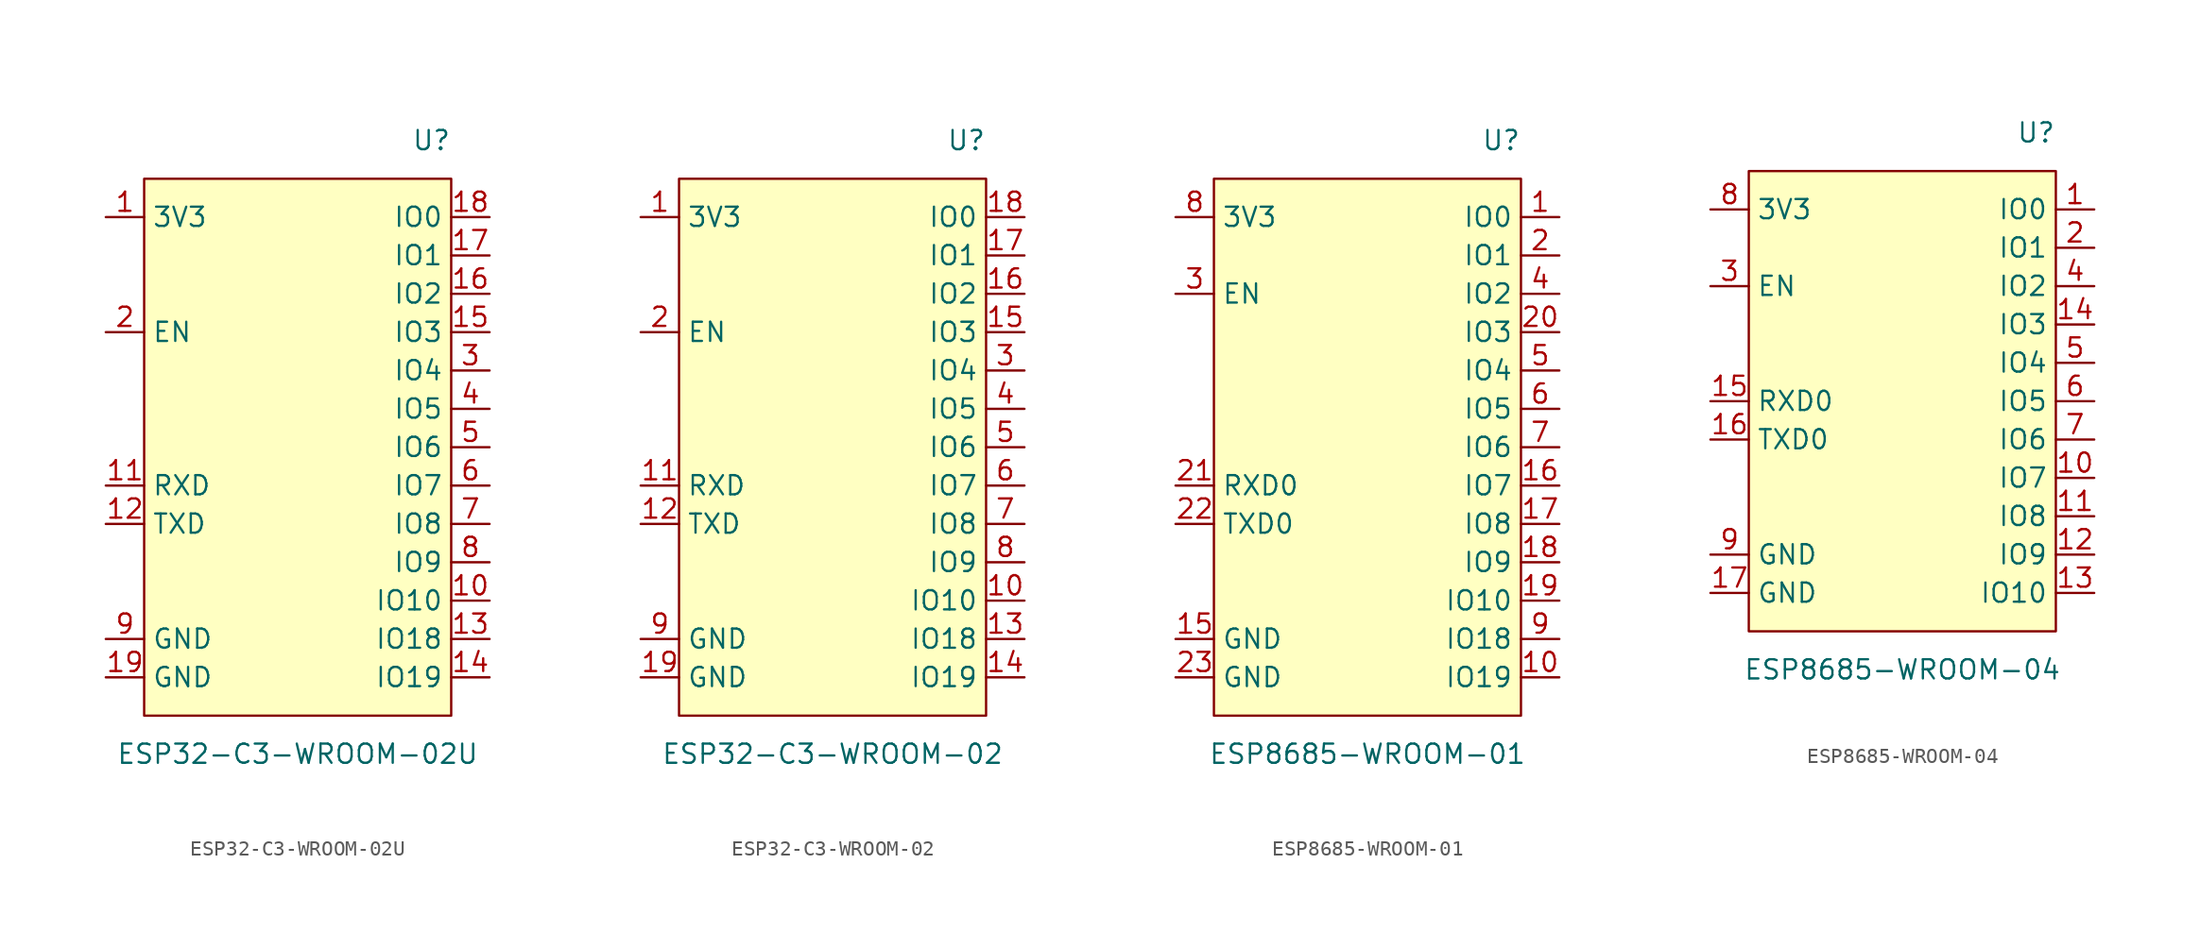
<source format=kicad_sym>
(kicad_symbol_lib
  (version 20231120)
  (generator "kicad_symbol_editor")
  (generator_version "8.0")
  (symbol "ESP32-C3-WROOM-02U"
    (property "Reference" "U"
      (at 10.16 20.32 0)
      (effects (font (size 1.27 1.27)) (justify right)))
    (property "Value" "ESP32-C3-WROOM-02U"
      (at 0 -20.32 0)
      (effects (font (size 1.27 1.27))))
    (symbol "ESP32-C3-WROOM-02U_0_0"
      (pin power_in line (at -12.7 15.24 0) (length 2.54) (name "3V3" (effects (font (size 1.27 1.27)))) (number "1" (effects (font (size 1.27 1.27)))))
      (pin bidirectional line (at 12.7 -10.16 180) (length 2.54) (name "IO10" (effects (font (size 1.27 1.27)))) (number "10" (effects (font (size 1.27 1.27)))))
      (pin bidirectional line (at -12.7 -2.54 0) (length 2.54) (name "RXD" (effects (font (size 1.27 1.27)))) (number "11" (effects (font (size 1.27 1.27)))))
      (pin bidirectional line (at -12.7 -5.08 0) (length 2.54) (name "TXD" (effects (font (size 1.27 1.27)))) (number "12" (effects (font (size 1.27 1.27)))))
      (pin bidirectional line (at 12.7 -12.7 180) (length 2.54) (name "IO18" (effects (font (size 1.27 1.27)))) (number "13" (effects (font (size 1.27 1.27)))))
      (pin bidirectional line (at 12.7 -15.24 180) (length 2.54) (name "IO19" (effects (font (size 1.27 1.27)))) (number "14" (effects (font (size 1.27 1.27)))))
      (pin bidirectional line (at 12.7 7.62 180) (length 2.54) (name "IO3" (effects (font (size 1.27 1.27)))) (number "15" (effects (font (size 1.27 1.27)))))
      (pin bidirectional line (at 12.7 10.16 180) (length 2.54) (name "IO2" (effects (font (size 1.27 1.27)))) (number "16" (effects (font (size 1.27 1.27)))))
      (pin bidirectional line (at 12.7 12.7 180) (length 2.54) (name "IO1" (effects (font (size 1.27 1.27)))) (number "17" (effects (font (size 1.27 1.27)))))
      (pin bidirectional line (at 12.7 15.24 180) (length 2.54) (name "IO0" (effects (font (size 1.27 1.27)))) (number "18" (effects (font (size 1.27 1.27)))))
      (pin power_in line (at -12.7 -15.24 0) (length 2.54) (name "GND" (effects (font (size 1.27 1.27)))) (number "19" (effects (font (size 1.27 1.27)))))
      (pin input line (at -12.7 7.62 0) (length 2.54) (name "EN" (effects (font (size 1.27 1.27)))) (number "2" (effects (font (size 1.27 1.27)))))
      (pin bidirectional line (at 12.7 5.08 180) (length 2.54) (name "IO4" (effects (font (size 1.27 1.27)))) (number "3" (effects (font (size 1.27 1.27)))))
      (pin bidirectional line (at 12.7 2.54 180) (length 2.54) (name "IO5" (effects (font (size 1.27 1.27)))) (number "4" (effects (font (size 1.27 1.27)))))
      (pin bidirectional line (at 12.7 0 180) (length 2.54) (name "IO6" (effects (font (size 1.27 1.27)))) (number "5" (effects (font (size 1.27 1.27)))))
      (pin bidirectional line (at 12.7 -2.54 180) (length 2.54) (name "IO7" (effects (font (size 1.27 1.27)))) (number "6" (effects (font (size 1.27 1.27)))))
      (pin bidirectional line (at 12.7 -5.08 180) (length 2.54) (name "IO8" (effects (font (size 1.27 1.27)))) (number "7" (effects (font (size 1.27 1.27)))))
      (pin bidirectional line (at 12.7 -7.62 180) (length 2.54) (name "IO9" (effects (font (size 1.27 1.27)))) (number "8" (effects (font (size 1.27 1.27)))))
      (pin power_in line (at -12.7 -12.7 0) (length 2.54) (name "GND" (effects (font (size 1.27 1.27)))) (number "9" (effects (font (size 1.27 1.27))))))
    (symbol "ESP32-C3-WROOM-02U_1_1"
      (rectangle (start -10.16 17.78) (end 10.16 -17.78) (stroke (width 0) (type default)) (fill (type background)))))
  (symbol "ESP32-C3-WROOM-02"
    (property "Reference" "U"
      (at 10.16 20.32 0)
      (effects (font (size 1.27 1.27)) (justify right)))
    (property "Value" "ESP32-C3-WROOM-02"
      (at 0 -20.32 0)
      (effects (font (size 1.27 1.27))))
    (symbol "ESP32-C3-WROOM-02_0_0"
      (pin power_in line (at -12.7 15.24 0) (length 2.54) (name "3V3" (effects (font (size 1.27 1.27)))) (number "1" (effects (font (size 1.27 1.27)))))
      (pin bidirectional line (at 12.7 -10.16 180) (length 2.54) (name "IO10" (effects (font (size 1.27 1.27)))) (number "10" (effects (font (size 1.27 1.27)))))
      (pin bidirectional line (at -12.7 -2.54 0) (length 2.54) (name "RXD" (effects (font (size 1.27 1.27)))) (number "11" (effects (font (size 1.27 1.27)))))
      (pin bidirectional line (at -12.7 -5.08 0) (length 2.54) (name "TXD" (effects (font (size 1.27 1.27)))) (number "12" (effects (font (size 1.27 1.27)))))
      (pin bidirectional line (at 12.7 -12.7 180) (length 2.54) (name "IO18" (effects (font (size 1.27 1.27)))) (number "13" (effects (font (size 1.27 1.27)))))
      (pin bidirectional line (at 12.7 -15.24 180) (length 2.54) (name "IO19" (effects (font (size 1.27 1.27)))) (number "14" (effects (font (size 1.27 1.27)))))
      (pin bidirectional line (at 12.7 7.62 180) (length 2.54) (name "IO3" (effects (font (size 1.27 1.27)))) (number "15" (effects (font (size 1.27 1.27)))))
      (pin bidirectional line (at 12.7 10.16 180) (length 2.54) (name "IO2" (effects (font (size 1.27 1.27)))) (number "16" (effects (font (size 1.27 1.27)))))
      (pin bidirectional line (at 12.7 12.7 180) (length 2.54) (name "IO1" (effects (font (size 1.27 1.27)))) (number "17" (effects (font (size 1.27 1.27)))))
      (pin bidirectional line (at 12.7 15.24 180) (length 2.54) (name "IO0" (effects (font (size 1.27 1.27)))) (number "18" (effects (font (size 1.27 1.27)))))
      (pin power_in line (at -12.7 -15.24 0) (length 2.54) (name "GND" (effects (font (size 1.27 1.27)))) (number "19" (effects (font (size 1.27 1.27)))))
      (pin input line (at -12.7 7.62 0) (length 2.54) (name "EN" (effects (font (size 1.27 1.27)))) (number "2" (effects (font (size 1.27 1.27)))))
      (pin bidirectional line (at 12.7 5.08 180) (length 2.54) (name "IO4" (effects (font (size 1.27 1.27)))) (number "3" (effects (font (size 1.27 1.27)))))
      (pin bidirectional line (at 12.7 2.54 180) (length 2.54) (name "IO5" (effects (font (size 1.27 1.27)))) (number "4" (effects (font (size 1.27 1.27)))))
      (pin bidirectional line (at 12.7 0 180) (length 2.54) (name "IO6" (effects (font (size 1.27 1.27)))) (number "5" (effects (font (size 1.27 1.27)))))
      (pin bidirectional line (at 12.7 -2.54 180) (length 2.54) (name "IO7" (effects (font (size 1.27 1.27)))) (number "6" (effects (font (size 1.27 1.27)))))
      (pin bidirectional line (at 12.7 -5.08 180) (length 2.54) (name "IO8" (effects (font (size 1.27 1.27)))) (number "7" (effects (font (size 1.27 1.27)))))
      (pin bidirectional line (at 12.7 -7.62 180) (length 2.54) (name "IO9" (effects (font (size 1.27 1.27)))) (number "8" (effects (font (size 1.27 1.27)))))
      (pin power_in line (at -12.7 -12.7 0) (length 2.54) (name "GND" (effects (font (size 1.27 1.27)))) (number "9" (effects (font (size 1.27 1.27))))))
    (symbol "ESP32-C3-WROOM-02_1_1"
      (rectangle (start -10.16 17.78) (end 10.16 -17.78) (stroke (width 0) (type default)) (fill (type background)))))
  (symbol "ESP8685-WROOM-01"
    (property "Reference" "U"
      (at 10.16 20.32 0)
      (effects (font (size 1.27 1.27)) (justify right)))
    (property "Value" "ESP8685-WROOM-01"
      (at 0 -20.32 0)
      (effects (font (size 1.27 1.27))))
    (symbol "ESP8685-WROOM-01_0_0"
      (pin bidirectional line (at 12.7 15.24 180) (length 2.54) (name "IO0" (effects (font (size 1.27 1.27)))) (number "1" (effects (font (size 1.27 1.27)))))
      (pin bidirectional line (at 12.7 -15.24 180) (length 2.54) (name "IO19" (effects (font (size 1.27 1.27)))) (number "10" (effects (font (size 1.27 1.27)))))
      (pin power_in line (at -12.7 -12.7 0) (length 2.54) (name "GND" (effects (font (size 1.27 1.27)))) (number "15" (effects (font (size 1.27 1.27)))))
      (pin bidirectional line (at 12.7 -2.54 180) (length 2.54) (name "IO7" (effects (font (size 1.27 1.27)))) (number "16" (effects (font (size 1.27 1.27)))))
      (pin bidirectional line (at 12.7 -5.08 180) (length 2.54) (name "IO8" (effects (font (size 1.27 1.27)))) (number "17" (effects (font (size 1.27 1.27)))))
      (pin bidirectional line (at 12.7 -7.62 180) (length 2.54) (name "IO9" (effects (font (size 1.27 1.27)))) (number "18" (effects (font (size 1.27 1.27)))))
      (pin bidirectional line (at 12.7 -10.16 180) (length 2.54) (name "IO10" (effects (font (size 1.27 1.27)))) (number "19" (effects (font (size 1.27 1.27)))))
      (pin bidirectional line (at 12.7 12.7 180) (length 2.54) (name "IO1" (effects (font (size 1.27 1.27)))) (number "2" (effects (font (size 1.27 1.27)))))
      (pin bidirectional line (at 12.7 7.62 180) (length 2.54) (name "IO3" (effects (font (size 1.27 1.27)))) (number "20" (effects (font (size 1.27 1.27)))))
      (pin bidirectional line (at -12.7 -2.54 0) (length 2.54) (name "RXD0" (effects (font (size 1.27 1.27)))) (number "21" (effects (font (size 1.27 1.27)))))
      (pin bidirectional line (at -12.7 -5.08 0) (length 2.54) (name "TXD0" (effects (font (size 1.27 1.27)))) (number "22" (effects (font (size 1.27 1.27)))))
      (pin power_in line (at -12.7 -15.24 0) (length 2.54) (name "GND" (effects (font (size 1.27 1.27)))) (number "23" (effects (font (size 1.27 1.27)))))
      (pin input line (at -12.7 10.16 0) (length 2.54) (name "EN" (effects (font (size 1.27 1.27)))) (number "3" (effects (font (size 1.27 1.27)))))
      (pin bidirectional line (at 12.7 10.16 180) (length 2.54) (name "IO2" (effects (font (size 1.27 1.27)))) (number "4" (effects (font (size 1.27 1.27)))))
      (pin bidirectional line (at 12.7 5.08 180) (length 2.54) (name "IO4" (effects (font (size 1.27 1.27)))) (number "5" (effects (font (size 1.27 1.27)))))
      (pin bidirectional line (at 12.7 2.54 180) (length 2.54) (name "IO5" (effects (font (size 1.27 1.27)))) (number "6" (effects (font (size 1.27 1.27)))))
      (pin bidirectional line (at 12.7 0 180) (length 2.54) (name "IO6" (effects (font (size 1.27 1.27)))) (number "7" (effects (font (size 1.27 1.27)))))
      (pin power_in line (at -12.7 15.24 0) (length 2.54) (name "3V3" (effects (font (size 1.27 1.27)))) (number "8" (effects (font (size 1.27 1.27)))))
      (pin bidirectional line (at 12.7 -12.7 180) (length 2.54) (name "IO18" (effects (font (size 1.27 1.27)))) (number "9" (effects (font (size 1.27 1.27))))))
    (symbol "ESP8685-WROOM-01_1_0"
      (pin no_connect line (at 0 0 0) (length 2.54) hide (name "NC" (effects (font (size 1.27 1.27)))) (number "11" (effects (font (size 1.27 1.27)))))
      (pin no_connect line (at 0 0 0) (length 2.54) hide (name "NC" (effects (font (size 1.27 1.27)))) (number "12" (effects (font (size 1.27 1.27)))))
      (pin no_connect line (at 0 0 0) (length 2.54) hide (name "NC" (effects (font (size 1.27 1.27)))) (number "13" (effects (font (size 1.27 1.27)))))
      (pin no_connect line (at 0 0 0) (length 2.54) hide (name "NC" (effects (font (size 1.27 1.27)))) (number "14" (effects (font (size 1.27 1.27))))))
    (symbol "ESP8685-WROOM-01_1_1"
      (rectangle (start -10.16 17.78) (end 10.16 -17.78) (stroke (width 0) (type default)) (fill (type background)))))
  (symbol "ESP8685-WROOM-04"
    (property "Reference" "U"
      (at 10.16 17.78 0)
      (effects (font (size 1.27 1.27)) (justify right)))
    (property "Value" "ESP8685-WROOM-04"
      (at 0 -17.78 0)
      (effects (font (size 1.27 1.27))))
    (symbol "ESP8685-WROOM-04_0_0"
      (pin bidirectional line (at 12.7 12.7 180) (length 2.54) (name "IO0" (effects (font (size 1.27 1.27)))) (number "1" (effects (font (size 1.27 1.27)))))
      (pin bidirectional line (at 12.7 -5.08 180) (length 2.54) (name "IO7" (effects (font (size 1.27 1.27)))) (number "10" (effects (font (size 1.27 1.27)))))
      (pin bidirectional line (at 12.7 -7.62 180) (length 2.54) (name "IO8" (effects (font (size 1.27 1.27)))) (number "11" (effects (font (size 1.27 1.27)))))
      (pin bidirectional line (at 12.7 -10.16 180) (length 2.54) (name "IO9" (effects (font (size 1.27 1.27)))) (number "12" (effects (font (size 1.27 1.27)))))
      (pin bidirectional line (at 12.7 -12.7 180) (length 2.54) (name "IO10" (effects (font (size 1.27 1.27)))) (number "13" (effects (font (size 1.27 1.27)))))
      (pin bidirectional line (at 12.7 5.08 180) (length 2.54) (name "IO3" (effects (font (size 1.27 1.27)))) (number "14" (effects (font (size 1.27 1.27)))))
      (pin bidirectional line (at -12.7 0 0) (length 2.54) (name "RXD0" (effects (font (size 1.27 1.27)))) (number "15" (effects (font (size 1.27 1.27)))))
      (pin bidirectional line (at -12.7 -2.54 0) (length 2.54) (name "TXD0" (effects (font (size 1.27 1.27)))) (number "16" (effects (font (size 1.27 1.27)))))
      (pin power_in line (at -12.7 -12.7 0) (length 2.54) (name "GND" (effects (font (size 1.27 1.27)))) (number "17" (effects (font (size 1.27 1.27)))))
      (pin bidirectional line (at 12.7 10.16 180) (length 2.54) (name "IO1" (effects (font (size 1.27 1.27)))) (number "2" (effects (font (size 1.27 1.27)))))
      (pin input line (at -12.7 7.62 0) (length 2.54) (name "EN" (effects (font (size 1.27 1.27)))) (number "3" (effects (font (size 1.27 1.27)))))
      (pin bidirectional line (at 12.7 7.62 180) (length 2.54) (name "IO2" (effects (font (size 1.27 1.27)))) (number "4" (effects (font (size 1.27 1.27)))))
      (pin bidirectional line (at 12.7 2.54 180) (length 2.54) (name "IO4" (effects (font (size 1.27 1.27)))) (number "5" (effects (font (size 1.27 1.27)))))
      (pin bidirectional line (at 12.7 0 180) (length 2.54) (name "IO5" (effects (font (size 1.27 1.27)))) (number "6" (effects (font (size 1.27 1.27)))))
      (pin bidirectional line (at 12.7 -2.54 180) (length 2.54) (name "IO6" (effects (font (size 1.27 1.27)))) (number "7" (effects (font (size 1.27 1.27)))))
      (pin power_in line (at -12.7 12.7 0) (length 2.54) (name "3V3" (effects (font (size 1.27 1.27)))) (number "8" (effects (font (size 1.27 1.27)))))
      (pin power_in line (at -12.7 -10.16 0) (length 2.54) (name "GND" (effects (font (size 1.27 1.27)))) (number "9" (effects (font (size 1.27 1.27))))))
    (symbol "ESP8685-WROOM-04_1_1"
      (rectangle (start -10.16 15.24) (end 10.16 -15.24) (stroke (width 0) (type default)) (fill (type background))))))
</source>
